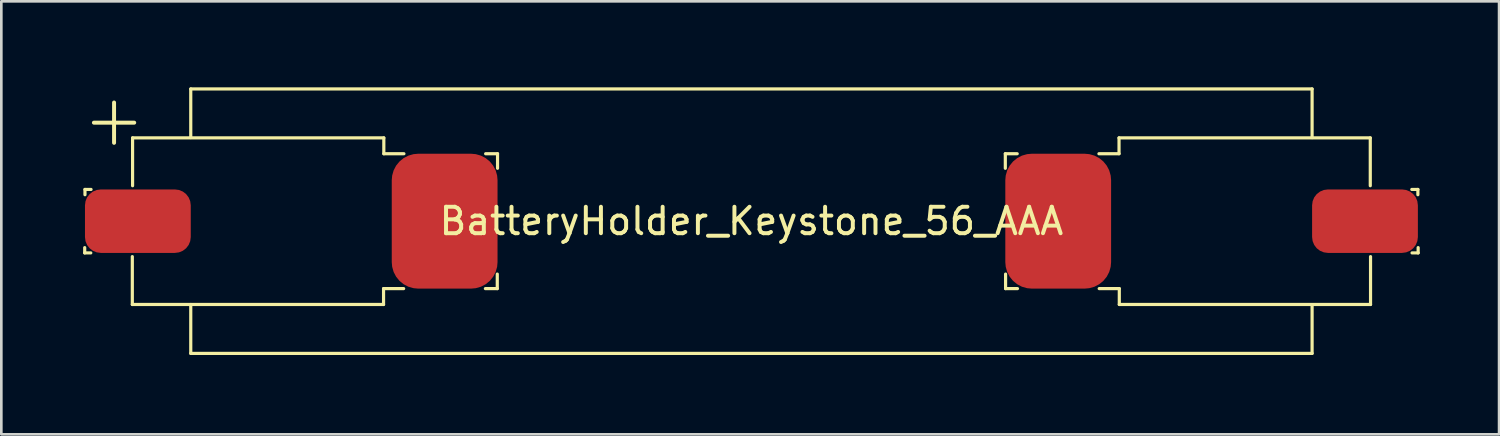
<source format=kicad_pcb>
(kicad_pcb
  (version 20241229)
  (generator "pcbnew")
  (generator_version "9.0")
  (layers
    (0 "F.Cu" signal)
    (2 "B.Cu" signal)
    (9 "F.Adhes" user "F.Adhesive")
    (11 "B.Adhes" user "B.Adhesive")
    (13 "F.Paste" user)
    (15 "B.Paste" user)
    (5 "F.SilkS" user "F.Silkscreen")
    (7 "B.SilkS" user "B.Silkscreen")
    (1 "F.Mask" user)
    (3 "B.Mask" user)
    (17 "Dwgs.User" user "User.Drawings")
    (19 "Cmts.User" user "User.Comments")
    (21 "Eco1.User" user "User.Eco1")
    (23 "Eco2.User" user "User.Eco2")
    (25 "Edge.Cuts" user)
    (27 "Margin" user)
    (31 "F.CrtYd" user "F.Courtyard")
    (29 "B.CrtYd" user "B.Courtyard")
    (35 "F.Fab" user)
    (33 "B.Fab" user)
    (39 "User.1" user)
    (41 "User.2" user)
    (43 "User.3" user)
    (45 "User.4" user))
  (footprint "BatteryHolder_Keystone_56_AAA"
    (layer "F.Cu")
    (at 25.363 5.313)
    (property "Reference" "BatteryHolder_Keystone_56_AAA" (at 0 0 0) (layer "F.SilkS") (effects (font (size 1 1) (thickness 0.15))))
    (attr through_hole)
    (fp_line (start -25.21 1.2) (end -25.21 1) (stroke (width 0.12) (type solid)) (layer "F.SilkS"))
    (fp_line (start -25.2 -1.2) (end -25.2 -1) (stroke (width 0.12) (type solid)) (layer "F.SilkS"))
    (fp_line (start -24.98 1.2) (end -25.21 1.2) (stroke (width 0.12) (type solid)) (layer "F.SilkS"))
    (fp_line (start -24.97 -1.2) (end -25.2 -1.2) (stroke (width 0.12) (type solid)) (layer "F.SilkS"))
    (fp_line (start -23.41 3.15) (end -23.41 1.34) (stroke (width 0.12) (type solid)) (layer "F.SilkS"))
    (fp_line (start -23.4 -3.15) (end -23.4 -1.34) (stroke (width 0.12) (type solid)) (layer "F.SilkS"))
    (fp_line (start -21.2 -5) (end 21.2 -5) (stroke (width 0.12) (type solid)) (layer "F.SilkS"))
    (fp_line (start -21.2 -3.16) (end -21.2 -5) (stroke (width 0.12) (type solid)) (layer "F.SilkS"))
    (fp_line (start -21.2 5) (end -21.2 3.15) (stroke (width 0.12) (type solid)) (layer "F.SilkS"))
    (fp_line (start -13.91 2.55) (end -13.91 3.15) (stroke (width 0.12) (type solid)) (layer "F.SilkS"))
    (fp_line (start -13.91 2.55) (end -13.15 2.55) (stroke (width 0.12) (type solid)) (layer "F.SilkS"))
    (fp_line (start -13.91 3.15) (end -23.41 3.15) (stroke (width 0.12) (type solid)) (layer "F.SilkS"))
    (fp_line (start -13.9 -3.15) (end -23.4 -3.15) (stroke (width 0.12) (type solid)) (layer "F.SilkS"))
    (fp_line (start -13.9 -2.55) (end -13.9 -3.15) (stroke (width 0.12) (type solid)) (layer "F.SilkS"))
    (fp_line (start -13.9 -2.55) (end -13.14 -2.55) (stroke (width 0.12) (type solid)) (layer "F.SilkS"))
    (fp_line (start -10.06 2.55) (end -9.61 2.55) (stroke (width 0.12) (type solid)) (layer "F.SilkS"))
    (fp_line (start -10.05 -2.55) (end -9.6 -2.55) (stroke (width 0.12) (type solid)) (layer "F.SilkS"))
    (fp_line (start -9.61 2.55) (end -9.61 2) (stroke (width 0.12) (type solid)) (layer "F.SilkS"))
    (fp_line (start -9.6 -2.55) (end -9.6 -2) (stroke (width 0.12) (type solid)) (layer "F.SilkS"))
    (fp_line (start 9.6 -2.55) (end 9.6 -2) (stroke (width 0.12) (type solid)) (layer "F.SilkS"))
    (fp_line (start 9.61 2.55) (end 9.61 2) (stroke (width 0.12) (type solid)) (layer "F.SilkS"))
    (fp_line (start 10.05 -2.55) (end 9.6 -2.55) (stroke (width 0.12) (type solid)) (layer "F.SilkS"))
    (fp_line (start 10.06 2.55) (end 9.61 2.55) (stroke (width 0.12) (type solid)) (layer "F.SilkS"))
    (fp_line (start 13.9 -3.15) (end 23.4 -3.15) (stroke (width 0.12) (type solid)) (layer "F.SilkS"))
    (fp_line (start 13.9 -2.55) (end 13.14 -2.55) (stroke (width 0.12) (type solid)) (layer "F.SilkS"))
    (fp_line (start 13.9 -2.55) (end 13.9 -3.15) (stroke (width 0.12) (type solid)) (layer "F.SilkS"))
    (fp_line (start 13.91 2.55) (end 13.15 2.55) (stroke (width 0.12) (type solid)) (layer "F.SilkS"))
    (fp_line (start 13.91 2.55) (end 13.91 3.15) (stroke (width 0.12) (type solid)) (layer "F.SilkS"))
    (fp_line (start 13.91 3.15) (end 23.41 3.15) (stroke (width 0.12) (type solid)) (layer "F.SilkS"))
    (fp_line (start 21.2 -5) (end 21.2 -3.16) (stroke (width 0.12) (type solid)) (layer "F.SilkS"))
    (fp_line (start 21.2 3.16) (end 21.2 5) (stroke (width 0.12) (type solid)) (layer "F.SilkS"))
    (fp_line (start 21.2 5) (end -21.2 5) (stroke (width 0.12) (type solid)) (layer "F.SilkS"))
    (fp_line (start 23.4 -3.15) (end 23.4 -1.34) (stroke (width 0.12) (type solid)) (layer "F.SilkS"))
    (fp_line (start 23.41 3.15) (end 23.41 1.34) (stroke (width 0.12) (type solid)) (layer "F.SilkS"))
    (fp_line (start 24.97 -1.2) (end 25.2 -1.2) (stroke (width 0.12) (type solid)) (layer "F.SilkS"))
    (fp_line (start 24.98 1.2) (end 25.21 1.2) (stroke (width 0.12) (type solid)) (layer "F.SilkS"))
    (fp_line (start 25.2 -1.2) (end 25.2 -1) (stroke (width 0.12) (type solid)) (layer "F.SilkS"))
    (fp_line (start 25.21 1.2) (end 25.21 1) (stroke (width 0.12) (type solid)) (layer "F.SilkS"))
    (fp_text user "+" (at -24.1 -3.88 0) (layer "F.SilkS") (effects (font (size 2 2) (thickness 0.15))))
    (pad "1" smd roundrect (at -23.2 0) (size 4 2.4) (layers "F.Cu" "F.Mask" "F.Paste") (roundrect_rratio 0.25))
    (pad "1" smd roundrect (at -11.6 0) (size 4 5.1) (layers "F.Cu" "F.Mask" "F.Paste") (roundrect_rratio 0.25))
    (pad "2" smd roundrect (at 11.6 0 180) (size 4 5.1) (layers "F.Cu" "F.Mask" "F.Paste") (roundrect_rratio 0.25))
    (pad "2" smd roundrect (at 23.2 0 180) (size 4 2.4) (layers "F.Cu" "F.Mask" "F.Paste") (roundrect_rratio 0.25)))
  (gr_rect
    (start -3 -3)
    (end 53.633 13.373)
    (stroke (width 0.1) (type default))
    (fill no)
    (layer "Edge.Cuts")))
</source>
